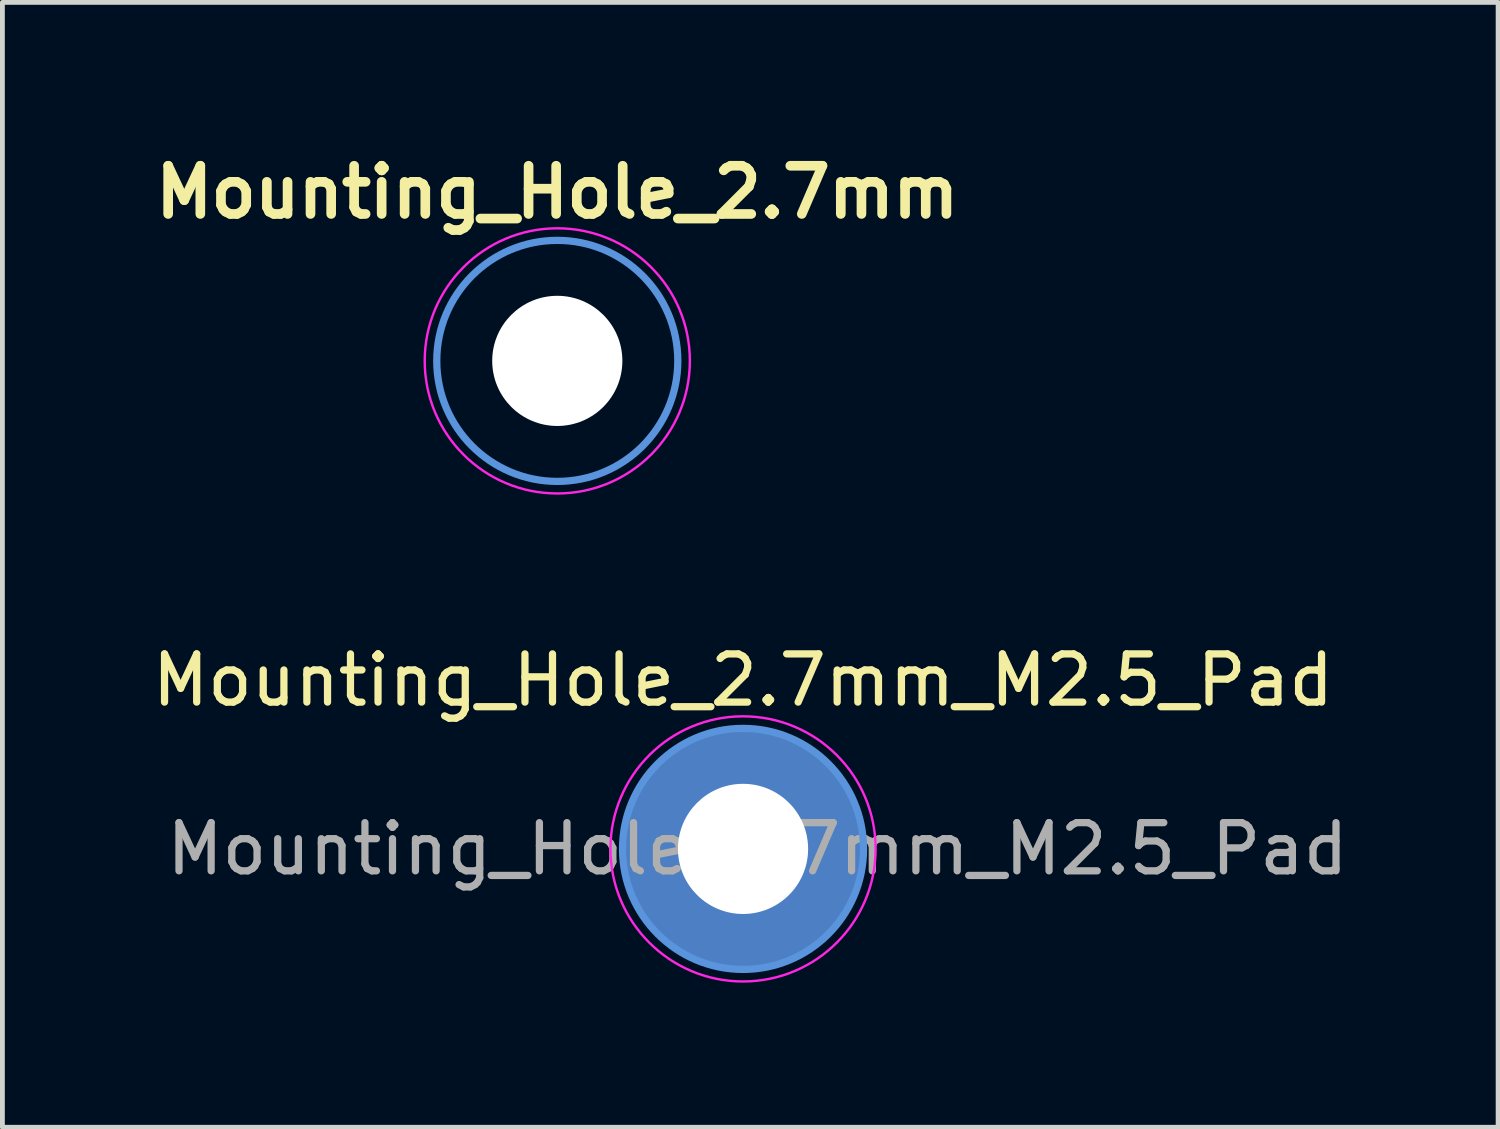
<source format=kicad_pcb>
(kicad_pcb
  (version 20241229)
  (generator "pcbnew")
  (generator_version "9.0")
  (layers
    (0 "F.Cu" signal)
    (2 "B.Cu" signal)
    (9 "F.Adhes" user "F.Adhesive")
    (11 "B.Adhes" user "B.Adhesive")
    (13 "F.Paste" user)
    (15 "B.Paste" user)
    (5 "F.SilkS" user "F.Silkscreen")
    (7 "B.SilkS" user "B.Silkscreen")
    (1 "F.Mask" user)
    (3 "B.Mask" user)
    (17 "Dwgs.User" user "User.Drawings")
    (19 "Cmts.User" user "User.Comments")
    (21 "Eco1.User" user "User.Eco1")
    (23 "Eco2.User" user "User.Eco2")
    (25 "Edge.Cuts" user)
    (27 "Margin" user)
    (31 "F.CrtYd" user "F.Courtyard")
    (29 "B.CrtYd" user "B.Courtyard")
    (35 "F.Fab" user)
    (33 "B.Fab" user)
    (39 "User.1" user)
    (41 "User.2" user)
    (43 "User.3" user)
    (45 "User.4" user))
  (footprint "Mounting_Hole_2.7mm_M2.5_Pad"
    (layer "F.Cu")
    (at 12.363 14.559)
    (property "Reference" "Mounting_Hole_2.7mm_M2.5_Pad" (at 0 -3.5 0) (layer "F.SilkS") (effects (font (size 1 1) (thickness 0.15))))
    (attr exclude_from_pos_files exclude_from_bom)
    (fp_circle (center 0 0) (end 2.5 0) (stroke (width 0.15) (type solid)) (fill no) (layer "Cmts.User"))
    (fp_circle (center 0 0) (end 2.75 0) (stroke (width 0.05) (type solid)) (fill no) (layer "F.CrtYd"))
    (fp_text user "${REFERENCE}" (at 0.3 0 0) (layer "F.Fab") (effects (font (size 1 1) (thickness 0.15))))
    (pad "1" thru_hole circle (at 0 0) (size 5 5) (drill 2.7) (layers "*.Cu" "*.Mask")))
  (footprint "Mounting_Hole_2.7mm"
    (layer "F.Cu")
    (at 8.51 4.436)
    (property "Reference" "Mounting_Hole_2.7mm" (at 0 -3.5 0) (layer "F.SilkS") (effects (font (size 1 1) (thickness 0.2))))
    (attr exclude_from_pos_files exclude_from_bom)
    (fp_circle (center 0 0) (end 2.5 0) (stroke (width 0.15) (type solid)) (fill no) (layer "Cmts.User"))
    (fp_circle (center 0 0) (end 2.75 0) (stroke (width 0.05) (type solid)) (fill no) (layer "F.CrtYd"))
    (pad "" np_thru_hole circle (at 0 0) (size 2.7 2.7) (drill 2.7) (layers "*.Cu" "*.Mask")))
  (gr_rect
    (start -3 -3)
    (end 28.026 20.334)
    (stroke (width 0.1) (type default))
    (fill no)
    (layer "Edge.Cuts")))
</source>
